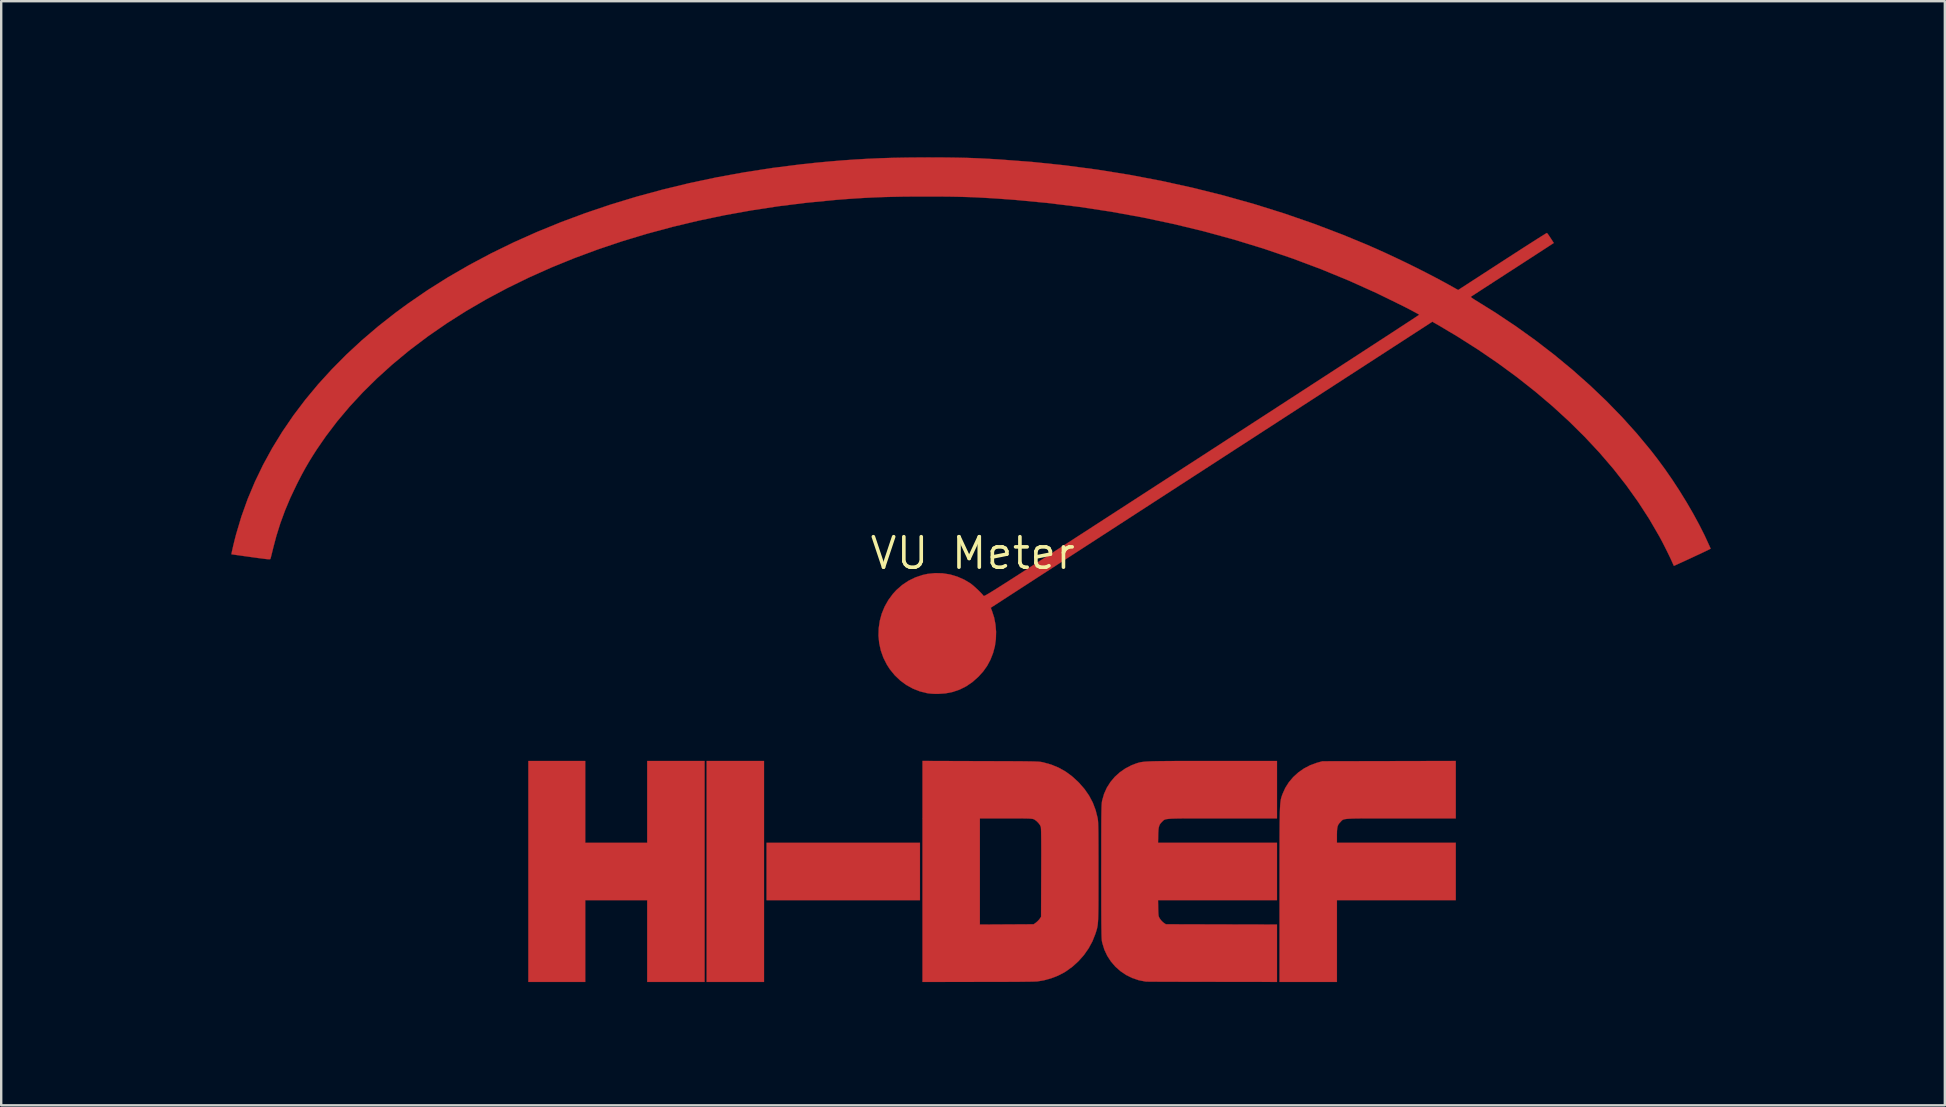
<source format=kicad_pcb>
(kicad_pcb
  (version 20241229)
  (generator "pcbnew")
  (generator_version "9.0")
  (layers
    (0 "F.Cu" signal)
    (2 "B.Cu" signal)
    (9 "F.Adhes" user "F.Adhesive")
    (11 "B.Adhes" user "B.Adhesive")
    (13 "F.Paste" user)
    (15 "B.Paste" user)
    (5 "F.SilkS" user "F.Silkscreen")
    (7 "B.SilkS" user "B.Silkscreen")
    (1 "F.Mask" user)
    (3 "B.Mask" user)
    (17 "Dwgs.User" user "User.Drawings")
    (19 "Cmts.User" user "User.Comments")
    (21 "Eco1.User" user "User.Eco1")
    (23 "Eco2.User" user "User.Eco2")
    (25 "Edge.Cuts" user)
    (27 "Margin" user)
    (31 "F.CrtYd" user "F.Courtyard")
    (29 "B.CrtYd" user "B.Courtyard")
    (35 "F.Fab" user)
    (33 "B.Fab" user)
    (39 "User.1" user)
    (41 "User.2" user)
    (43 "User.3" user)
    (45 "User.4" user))
  (footprint "VU Meter"
    (layer "F.Cu")
    (at 37.491 20.008)
    (property "Reference" "VU Meter" (at 0 0 0) (layer "F.SilkS") (effects (font (size 1.27 1.27) (thickness 0.15))))
    (attr through_hole)
    (fp_poly (pts (xy -8.7 17.865) (xy -11.091 17.865) (xy -11.091 8.657) (xy -8.7 8.657) (xy -8.7 17.865)) (stroke (width 0.01) (type solid)) (fill yes) (layer "F.Cu"))
    (fp_poly (pts (xy -2.201 14.457) (xy -8.594 14.457) (xy -8.594 12.065) (xy -2.201 12.065) (xy -2.201 14.457)) (stroke (width 0.01) (type solid)) (fill yes) (layer "F.Cu"))
    (fp_poly (pts (xy -16.15 12.065) (xy -13.568 12.065) (xy -13.568 8.657) (xy -11.176 8.657) (xy -11.176 17.865) (xy -13.568 17.865) (xy -13.568 14.457) (xy -16.15 14.457) (xy -16.15 17.865) (xy -18.521 17.865) (xy -18.521 8.657) (xy -16.15 8.657) (xy -16.15 12.065)) (stroke (width 0.01) (type solid)) (fill yes) (layer "F.Cu"))
    (fp_poly (pts (xy 20.13 11.049) (xy 17.841 11.049) (xy 17.474 11.049) (xy 17.147 11.049) (xy 16.857 11.049) (xy 16.603 11.049) (xy 16.381 11.05) (xy 16.189 11.051) (xy 16.025 11.053) (xy 15.886 11.055) (xy 15.771 11.059) (xy 15.676 11.064) (xy 15.599 11.07) (xy 15.537 11.077) (xy 15.489 11.086) (xy 15.452 11.096) (xy 15.424 11.108) (xy 15.401 11.122) (xy 15.382 11.139) (xy 15.364 11.157) (xy 15.345 11.178) (xy 15.33 11.194) (xy 15.275 11.254) (xy 15.235 11.313) (xy 15.207 11.381) (xy 15.19 11.464) (xy 15.18 11.571) (xy 15.177 11.71) (xy 15.177 11.753) (xy 15.177 12.065) (xy 20.13 12.065) (xy 20.13 14.457) (xy 15.177 14.457) (xy 15.177 17.865) (xy 12.785 17.865) (xy 12.785 14.24) (xy 12.785 13.766) (xy 12.785 13.333) (xy 12.785 12.937) (xy 12.785 12.579) (xy 12.786 12.255) (xy 12.786 11.963) (xy 12.787 11.702) (xy 12.789 11.469) (xy 12.79 11.264) (xy 12.793 11.082) (xy 12.796 10.924) (xy 12.799 10.786) (xy 12.803 10.667) (xy 12.808 10.565) (xy 12.814 10.477) (xy 12.82 10.403) (xy 12.828 10.339) (xy 12.836 10.285) (xy 12.845 10.237) (xy 12.856 10.194) (xy 12.867 10.155) (xy 12.88 10.116) (xy 12.894 10.077) (xy 12.91 10.035) (xy 12.911 10.03) (xy 13.025 9.777) (xy 13.175 9.541) (xy 13.357 9.326) (xy 13.568 9.134) (xy 13.803 8.969) (xy 14.059 8.835) (xy 14.332 8.735) (xy 14.364 8.726) (xy 14.573 8.668) (xy 20.13 8.656) (xy 20.13 11.049)) (stroke (width 0.01) (type solid)) (fill yes) (layer "F.Cu"))
    (fp_poly (pts (xy 0.323 8.663) (xy 0.694 8.664) (xy 1.025 8.665) (xy 1.319 8.666) (xy 1.578 8.667) (xy 1.805 8.668) (xy 2.002 8.669) (xy 2.171 8.671) (xy 2.316 8.673) (xy 2.438 8.675) (xy 2.54 8.677) (xy 2.624 8.68) (xy 2.693 8.683) (xy 2.75 8.686) (xy 2.797 8.691) (xy 2.836 8.695) (xy 2.87 8.701) (xy 2.902 8.707) (xy 2.933 8.714) (xy 2.947 8.717) (xy 3.274 8.809) (xy 3.577 8.934) (xy 3.862 9.093) (xy 4.131 9.289) (xy 4.389 9.524) (xy 4.435 9.571) (xy 4.664 9.834) (xy 4.852 10.107) (xy 5.004 10.395) (xy 5.12 10.702) (xy 5.2 11.017) (xy 5.207 11.051) (xy 5.212 11.088) (xy 5.217 11.13) (xy 5.222 11.179) (xy 5.225 11.24) (xy 5.228 11.313) (xy 5.231 11.403) (xy 5.233 11.512) (xy 5.235 11.642) (xy 5.236 11.796) (xy 5.237 11.977) (xy 5.238 12.187) (xy 5.238 12.43) (xy 5.239 12.708) (xy 5.239 13.024) (xy 5.239 13.271) (xy 5.239 13.624) (xy 5.239 13.936) (xy 5.238 14.212) (xy 5.238 14.454) (xy 5.237 14.665) (xy 5.235 14.847) (xy 5.232 15.004) (xy 5.229 15.139) (xy 5.225 15.253) (xy 5.219 15.35) (xy 5.212 15.433) (xy 5.204 15.505) (xy 5.194 15.568) (xy 5.182 15.625) (xy 5.168 15.679) (xy 5.152 15.733) (xy 5.135 15.789) (xy 5.114 15.851) (xy 5.11 15.864) (xy 4.988 16.172) (xy 4.828 16.467) (xy 4.634 16.744) (xy 4.408 16.999) (xy 4.156 17.229) (xy 3.879 17.428) (xy 3.808 17.472) (xy 3.546 17.607) (xy 3.26 17.717) (xy 2.964 17.798) (xy 2.699 17.843) (xy 2.645 17.846) (xy 2.551 17.85) (xy 2.418 17.853) (xy 2.248 17.855) (xy 2.042 17.858) (xy 1.803 17.86) (xy 1.531 17.861) (xy 1.229 17.863) (xy 0.897 17.864) (xy 0.539 17.864) (xy 0.206 17.864) (xy -2.095 17.865) (xy -2.095 15.474) (xy 0.296 15.474) (xy 1.416 15.468) (xy 2.536 15.462) (xy 2.628 15.398) (xy 2.697 15.339) (xy 2.764 15.268) (xy 2.783 15.243) (xy 2.847 15.152) (xy 2.853 13.317) (xy 2.854 12.959) (xy 2.855 12.642) (xy 2.855 12.365) (xy 2.854 12.125) (xy 2.853 11.923) (xy 2.851 11.755) (xy 2.849 11.621) (xy 2.846 11.52) (xy 2.842 11.45) (xy 2.838 11.409) (xy 2.836 11.401) (xy 2.798 11.322) (xy 2.733 11.236) (xy 2.654 11.158) (xy 2.571 11.099) (xy 2.551 11.089) (xy 2.529 11.08) (xy 2.504 11.073) (xy 2.471 11.067) (xy 2.426 11.062) (xy 2.366 11.058) (xy 2.288 11.055) (xy 2.187 11.053) (xy 2.061 11.051) (xy 1.904 11.05) (xy 1.714 11.05) (xy 1.487 11.05) (xy 1.381 11.049) (xy 0.296 11.049) (xy 0.296 15.474) (xy -2.095 15.474) (xy -2.095 8.655) (xy 0.323 8.663)) (stroke (width 0.01) (type solid)) (fill yes) (layer "F.Cu"))
    (fp_poly (pts (xy 12.679 11.049) (xy 10.403 11.049) (xy 10.036 11.049) (xy 9.709 11.049) (xy 9.42 11.049) (xy 9.165 11.049) (xy 8.944 11.05) (xy 8.752 11.051) (xy 8.588 11.053) (xy 8.45 11.056) (xy 8.335 11.059) (xy 8.24 11.064) (xy 8.163 11.07) (xy 8.102 11.077) (xy 8.054 11.085) (xy 8.017 11.095) (xy 7.988 11.107) (xy 7.965 11.12) (xy 7.946 11.136) (xy 7.928 11.153) (xy 7.908 11.173) (xy 7.899 11.182) (xy 7.841 11.242) (xy 7.799 11.299) (xy 7.77 11.363) (xy 7.75 11.441) (xy 7.738 11.542) (xy 7.731 11.673) (xy 7.73 11.742) (xy 7.722 12.065) (xy 12.679 12.065) (xy 12.679 14.457) (xy 7.722 14.457) (xy 7.729 14.792) (xy 7.732 14.918) (xy 7.736 15.01) (xy 7.741 15.076) (xy 7.749 15.124) (xy 7.762 15.162) (xy 7.781 15.198) (xy 7.8 15.23) (xy 7.855 15.303) (xy 7.923 15.372) (xy 7.956 15.398) (xy 8.047 15.462) (xy 10.363 15.468) (xy 12.679 15.473) (xy 12.679 17.865) (xy 9.975 17.861) (xy 9.639 17.861) (xy 9.314 17.86) (xy 9.003 17.86) (xy 8.708 17.859) (xy 8.431 17.858) (xy 8.176 17.857) (xy 7.945 17.857) (xy 7.741 17.856) (xy 7.566 17.855) (xy 7.422 17.854) (xy 7.313 17.853) (xy 7.241 17.852) (xy 7.208 17.85) (xy 7.207 17.85) (xy 6.919 17.794) (xy 6.645 17.701) (xy 6.389 17.574) (xy 6.154 17.415) (xy 5.943 17.228) (xy 5.76 17.015) (xy 5.606 16.779) (xy 5.485 16.522) (xy 5.401 16.249) (xy 5.385 16.175) (xy 5.381 16.146) (xy 5.377 16.106) (xy 5.373 16.054) (xy 5.37 15.987) (xy 5.367 15.903) (xy 5.365 15.799) (xy 5.363 15.675) (xy 5.361 15.527) (xy 5.359 15.354) (xy 5.358 15.153) (xy 5.357 14.922) (xy 5.356 14.66) (xy 5.356 14.364) (xy 5.356 14.031) (xy 5.355 13.661) (xy 5.355 13.254) (xy 5.356 12.854) (xy 5.356 12.494) (xy 5.356 12.172) (xy 5.356 11.885) (xy 5.357 11.632) (xy 5.357 11.409) (xy 5.358 11.215) (xy 5.359 11.048) (xy 5.361 10.904) (xy 5.363 10.782) (xy 5.365 10.68) (xy 5.367 10.595) (xy 5.37 10.524) (xy 5.373 10.467) (xy 5.377 10.419) (xy 5.381 10.38) (xy 5.386 10.346) (xy 5.391 10.316) (xy 5.395 10.297) (xy 5.472 10.028) (xy 5.586 9.774) (xy 5.736 9.537) (xy 5.917 9.321) (xy 6.127 9.13) (xy 6.363 8.966) (xy 6.622 8.832) (xy 6.784 8.77) (xy 6.83 8.754) (xy 6.875 8.74) (xy 6.919 8.727) (xy 6.965 8.715) (xy 7.017 8.705) (xy 7.075 8.697) (xy 7.143 8.689) (xy 7.222 8.682) (xy 7.315 8.677) (xy 7.425 8.672) (xy 7.553 8.668) (xy 7.703 8.665) (xy 7.875 8.663) (xy 8.073 8.661) (xy 8.299 8.659) (xy 8.556 8.658) (xy 8.845 8.658) (xy 9.169 8.657) (xy 9.53 8.657) (xy 9.931 8.657) (xy 10.007 8.657) (xy 12.679 8.657) (xy 12.679 11.049)) (stroke (width 0.01) (type solid)) (fill yes) (layer "F.Cu"))
    (fp_poly (pts (xy -1.482 -16.496) (xy -1.137 -16.494) (xy -0.819 -16.49) (xy -0.52 -16.485) (xy -0.234 -16.478) (xy 0.047 -16.468) (xy 0.331 -16.456) (xy 0.624 -16.441) (xy 0.936 -16.423) (xy 1.101 -16.413) (xy 2.466 -16.31) (xy 3.824 -16.169) (xy 5.173 -15.991) (xy 6.512 -15.776) (xy 7.838 -15.524) (xy 9.15 -15.236) (xy 10.447 -14.913) (xy 11.726 -14.554) (xy 12.985 -14.16) (xy 14.224 -13.731) (xy 15.439 -13.268) (xy 16.403 -12.87) (xy 16.792 -12.7) (xy 17.202 -12.515) (xy 17.624 -12.318) (xy 18.051 -12.114) (xy 18.474 -11.906) (xy 18.885 -11.698) (xy 19.276 -11.495) (xy 19.64 -11.3) (xy 19.815 -11.204) (xy 20.23 -10.972) (xy 22.069 -12.164) (xy 22.322 -12.328) (xy 22.564 -12.484) (xy 22.795 -12.633) (xy 23.011 -12.772) (xy 23.21 -12.899) (xy 23.39 -13.014) (xy 23.547 -13.114) (xy 23.681 -13.199) (xy 23.789 -13.266) (xy 23.867 -13.314) (xy 23.915 -13.342) (xy 23.928 -13.349) (xy 23.948 -13.33) (xy 23.984 -13.282) (xy 24.032 -13.213) (xy 24.082 -13.137) (xy 24.215 -12.932) (xy 23.913 -12.735) (xy 23.847 -12.692) (xy 23.748 -12.628) (xy 23.621 -12.546) (xy 23.469 -12.447) (xy 23.295 -12.334) (xy 23.103 -12.21) (xy 22.897 -12.076) (xy 22.679 -11.935) (xy 22.453 -11.789) (xy 22.223 -11.641) (xy 22.193 -11.621) (xy 21.972 -11.478) (xy 21.76 -11.341) (xy 21.562 -11.212) (xy 21.379 -11.094) (xy 21.214 -10.987) (xy 21.071 -10.894) (xy 20.951 -10.816) (xy 20.857 -10.755) (xy 20.793 -10.713) (xy 20.761 -10.691) (xy 20.757 -10.689) (xy 20.767 -10.672) (xy 20.806 -10.64) (xy 20.869 -10.597) (xy 20.927 -10.561) (xy 21.794 -10.022) (xy 22.636 -9.459) (xy 23.451 -8.875) (xy 24.237 -8.27) (xy 24.992 -7.646) (xy 25.715 -7.005) (xy 26.405 -6.348) (xy 27.059 -5.676) (xy 27.675 -4.992) (xy 28.253 -4.295) (xy 28.515 -3.958) (xy 28.835 -3.524) (xy 29.15 -3.071) (xy 29.455 -2.604) (xy 29.747 -2.131) (xy 30.021 -1.659) (xy 30.274 -1.193) (xy 30.502 -0.741) (xy 30.685 -0.344) (xy 30.753 -0.19) (xy 30.668 -0.147) (xy 30.617 -0.122) (xy 30.538 -0.084) (xy 30.435 -0.035) (xy 30.315 0.022) (xy 30.181 0.084) (xy 30.039 0.15) (xy 29.894 0.218) (xy 29.75 0.284) (xy 29.615 0.347) (xy 29.491 0.403) (xy 29.385 0.452) (xy 29.301 0.49) (xy 29.245 0.515) (xy 29.221 0.524) (xy 29.22 0.524) (xy 29.21 0.504) (xy 29.187 0.453) (xy 29.155 0.382) (xy 29.136 0.339) (xy 29.077 0.21) (xy 29.002 0.054) (xy 28.918 -0.117) (xy 28.829 -0.294) (xy 28.741 -0.466) (xy 28.658 -0.622) (xy 28.611 -0.709) (xy 28.192 -1.429) (xy 27.733 -2.138) (xy 27.234 -2.836) (xy 26.696 -3.521) (xy 26.119 -4.193) (xy 25.504 -4.852) (xy 24.852 -5.497) (xy 24.164 -6.127) (xy 23.439 -6.742) (xy 22.68 -7.341) (xy 21.885 -7.924) (xy 21.057 -8.489) (xy 20.195 -9.037) (xy 19.478 -9.464) (xy 19.154 -9.651) (xy 9.952 -3.69) (xy 0.749 2.272) (xy 0.8 2.398) (xy 0.89 2.674) (xy 0.947 2.968) (xy 0.972 3.272) (xy 0.964 3.578) (xy 0.922 3.876) (xy 0.847 4.157) (xy 0.737 4.437) (xy 0.603 4.688) (xy 0.44 4.919) (xy 0.242 5.14) (xy 0.235 5.146) (xy -0.009 5.364) (xy -0.269 5.542) (xy -0.544 5.681) (xy -0.834 5.78) (xy -1.14 5.84) (xy -1.463 5.861) (xy -1.5 5.861) (xy -1.618 5.858) (xy -1.739 5.85) (xy -1.846 5.839) (xy -1.901 5.831) (xy -2.207 5.755) (xy -2.498 5.64) (xy -2.771 5.488) (xy -3.024 5.302) (xy -3.252 5.084) (xy -3.454 4.836) (xy -3.579 4.643) (xy -3.725 4.354) (xy -3.831 4.055) (xy -3.899 3.747) (xy -3.929 3.436) (xy -3.92 3.125) (xy -3.875 2.817) (xy -3.793 2.516) (xy -3.674 2.226) (xy -3.519 1.951) (xy -3.329 1.694) (xy -3.182 1.533) (xy -2.943 1.323) (xy -2.68 1.147) (xy -2.398 1.008) (xy -2.1 0.907) (xy -1.885 0.86) (xy -1.569 0.827) (xy -1.255 0.835) (xy -0.945 0.884) (xy -0.642 0.974) (xy -0.351 1.102) (xy -0.104 1.249) (xy -0.039 1.299) (xy 0.044 1.368) (xy 0.135 1.45) (xy 0.229 1.538) (xy 0.316 1.623) (xy 0.388 1.699) (xy 0.438 1.758) (xy 0.449 1.773) (xy 0.452 1.777) (xy 0.455 1.779) (xy 0.461 1.78) (xy 0.469 1.779) (xy 0.481 1.776) (xy 0.497 1.769) (xy 0.519 1.759) (xy 0.547 1.744) (xy 0.583 1.724) (xy 0.627 1.698) (xy 0.68 1.667) (xy 0.743 1.629) (xy 0.817 1.583) (xy 0.903 1.53) (xy 1.002 1.468) (xy 1.114 1.397) (xy 1.241 1.316) (xy 1.384 1.226) (xy 1.543 1.124) (xy 1.719 1.011) (xy 1.914 0.886) (xy 2.128 0.749) (xy 2.362 0.598) (xy 2.616 0.434) (xy 2.893 0.255) (xy 3.193 0.062) (xy 3.516 -0.147) (xy 3.864 -0.372) (xy 4.237 -0.613) (xy 4.637 -0.872) (xy 5.065 -1.149) (xy 5.52 -1.444) (xy 6.005 -1.758) (xy 6.52 -2.091) (xy 7.066 -2.445) (xy 7.644 -2.819) (xy 8.254 -3.214) (xy 8.899 -3.632) (xy 9.545 -4.05) (xy 10.111 -4.417) (xy 10.667 -4.778) (xy 11.214 -5.132) (xy 11.75 -5.48) (xy 12.274 -5.819) (xy 12.784 -6.15) (xy 13.28 -6.472) (xy 13.761 -6.784) (xy 14.226 -7.086) (xy 14.673 -7.376) (xy 15.102 -7.655) (xy 15.511 -7.92) (xy 15.9 -8.173) (xy 16.267 -8.412) (xy 16.612 -8.636) (xy 16.933 -8.845) (xy 17.229 -9.037) (xy 17.499 -9.213) (xy 17.743 -9.372) (xy 17.958 -9.513) (xy 18.145 -9.635) (xy 18.302 -9.737) (xy 18.427 -9.82) (xy 18.52 -9.881) (xy 18.581 -9.922) (xy 18.607 -9.94) (xy 18.608 -9.941) (xy 18.589 -9.954) (xy 18.537 -9.985) (xy 18.456 -10.029) (xy 18.35 -10.086) (xy 18.224 -10.153) (xy 18.081 -10.227) (xy 17.955 -10.292) (xy 16.837 -10.84) (xy 15.694 -11.355) (xy 14.526 -11.836) (xy 13.335 -12.283) (xy 12.123 -12.696) (xy 10.889 -13.074) (xy 9.636 -13.417) (xy 8.364 -13.725) (xy 7.075 -13.998) (xy 5.769 -14.235) (xy 4.447 -14.436) (xy 3.111 -14.6) (xy 1.763 -14.728) (xy 0.995 -14.784) (xy 0.697 -14.802) (xy 0.418 -14.818) (xy 0.15 -14.832) (xy -0.113 -14.843) (xy -0.377 -14.851) (xy -0.651 -14.858) (xy -0.939 -14.863) (xy -1.249 -14.866) (xy -1.587 -14.868) (xy -1.961 -14.868) (xy -1.99 -14.868) (xy -2.468 -14.867) (xy -2.912 -14.863) (xy -3.329 -14.855) (xy -3.725 -14.845) (xy -4.109 -14.83) (xy -4.488 -14.812) (xy -4.869 -14.789) (xy -5.26 -14.762) (xy -5.669 -14.73) (xy -5.779 -14.72) (xy -6.945 -14.606) (xy -8.095 -14.463) (xy -9.229 -14.29) (xy -10.346 -14.089) (xy -11.443 -13.859) (xy -12.521 -13.601) (xy -13.577 -13.316) (xy -14.61 -13.004) (xy -15.619 -12.665) (xy -16.604 -12.3) (xy -17.562 -11.91) (xy -18.493 -11.494) (xy -19.396 -11.053) (xy -20.268 -10.588) (xy -21.11 -10.098) (xy -21.919 -9.585) (xy -22.695 -9.049) (xy -23.436 -8.491) (xy -23.548 -8.402) (xy -24.211 -7.85) (xy -24.838 -7.282) (xy -25.427 -6.7) (xy -25.978 -6.104) (xy -26.491 -5.495) (xy -26.963 -4.873) (xy -27.338 -4.329) (xy -27.511 -4.059) (xy -27.668 -3.804) (xy -27.815 -3.551) (xy -27.959 -3.288) (xy -28.107 -3.003) (xy -28.18 -2.857) (xy -28.439 -2.313) (xy -28.663 -1.78) (xy -28.857 -1.252) (xy -29.024 -0.719) (xy -29.147 -0.254) (xy -29.18 -0.12) (xy -29.21 0.002) (xy -29.236 0.105) (xy -29.256 0.182) (xy -29.268 0.227) (xy -29.271 0.235) (xy -29.278 0.243) (xy -29.294 0.248) (xy -29.323 0.25) (xy -29.369 0.248) (xy -29.436 0.242) (xy -29.528 0.231) (xy -29.648 0.216) (xy -29.8 0.196) (xy -29.989 0.17) (xy -30.088 0.156) (xy -30.268 0.131) (xy -30.433 0.108) (xy -30.58 0.087) (xy -30.704 0.07) (xy -30.801 0.056) (xy -30.866 0.047) (xy -30.895 0.043) (xy -30.896 0.043) (xy -30.894 0.023) (xy -30.884 -0.032) (xy -30.866 -0.114) (xy -30.843 -0.217) (xy -30.816 -0.334) (xy -30.786 -0.458) (xy -30.755 -0.584) (xy -30.724 -0.703) (xy -30.703 -0.785) (xy -30.482 -1.526) (xy -30.22 -2.258) (xy -29.918 -2.978) (xy -29.576 -3.687) (xy -29.195 -4.384) (xy -28.774 -5.069) (xy -28.315 -5.741) (xy -27.817 -6.399) (xy -27.282 -7.042) (xy -26.709 -7.671) (xy -26.1 -8.285) (xy -25.454 -8.883) (xy -24.772 -9.464) (xy -24.054 -10.028) (xy -23.537 -10.407) (xy -22.721 -10.966) (xy -21.872 -11.501) (xy -20.989 -12.011) (xy -20.076 -12.497) (xy -19.133 -12.957) (xy -18.161 -13.391) (xy -17.162 -13.799) (xy -16.137 -14.18) (xy -15.088 -14.534) (xy -14.015 -14.86) (xy -12.921 -15.157) (xy -11.806 -15.427) (xy -10.672 -15.667) (xy -9.52 -15.877) (xy -8.351 -16.058) (xy -7.168 -16.208) (xy -6.53 -16.276) (xy -5.964 -16.329) (xy -5.421 -16.374) (xy -4.891 -16.411) (xy -4.367 -16.441) (xy -3.838 -16.464) (xy -3.298 -16.481) (xy -2.737 -16.491) (xy -2.146 -16.496) (xy -1.863 -16.497) (xy -1.482 -16.496)) (stroke (width 0.01) (type solid)) (fill yes) (layer "F.Cu"))
    (fp_poly (pts (xy 37.507 -12.314) (xy 37.507 -4.625) (xy 27.771 5.112) (xy 27.771 20.003) (xy -27.75 20.003) (xy -27.75 5.112) (xy -37.486 -4.625) (xy -37.486 -20.003) (xy 37.507 -20.003) (xy 37.507 -12.314)) (stroke (width 0.01) (type solid)) (fill yes) (layer "F.Mask")))
  (gr_rect
    (start -3 -3)
    (end 78.004 43.015)
    (stroke (width 0.1) (type default))
    (fill no)
    (layer "Edge.Cuts")))
</source>
